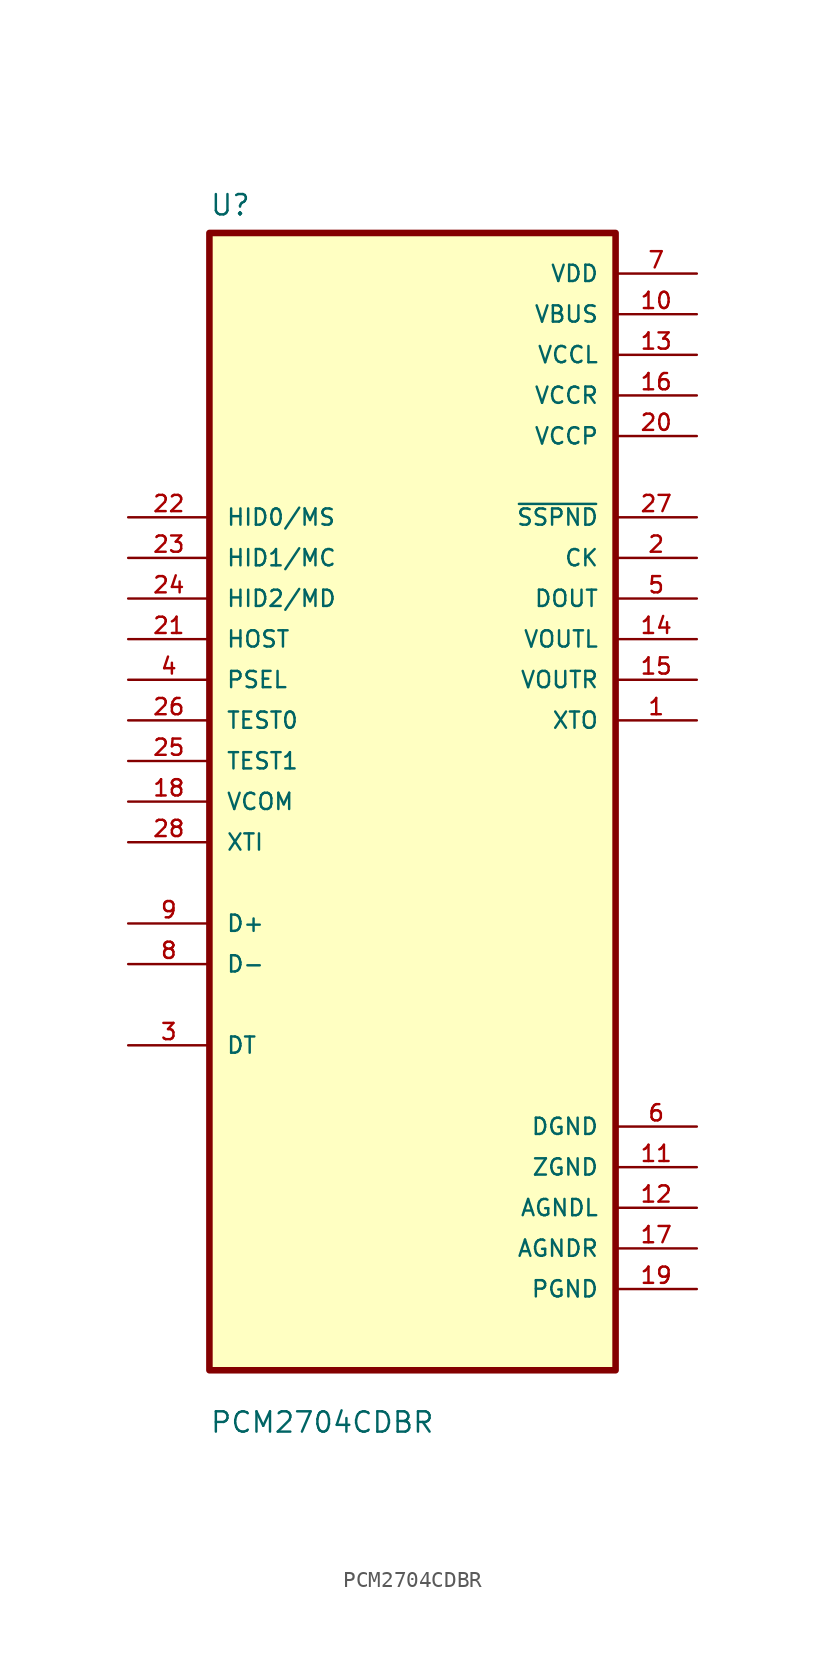
<source format=kicad_sym>
(kicad_symbol_lib
  (version 20231120)
  (generator "kicad_symbol_editor")
  (generator_version "8.0")
  (symbol "PCM2704CDBR"
    (pin_names
      (offset 1.016))
    (property "Reference" "U"
      (at -12.7 36.56 0)
      (effects (font (size 1.27 1.27)) (justify left bottom)))
    (property "Value" "PCM2704CDBR"
      (at -12.7 -39.56 0)
      (effects (font (size 1.27 1.27)) (justify left bottom)))
    (symbol "PCM2704CDBR_0_0"
      (rectangle (start -12.7 -35.56) (end 12.7 35.56) (stroke (width 0.41) (type default)) (fill (type background)))
      (pin output line (at 17.78 5.08 180) (length 5.08) (name "XTO" (effects (font (size 1.016 1.016)))) (number "1" (effects (font (size 1.016 1.016)))))
      (pin power_in line (at 17.78 30.48 180) (length 5.08) (name "VBUS" (effects (font (size 1.016 1.016)))) (number "10" (effects (font (size 1.016 1.016)))))
      (pin power_in line (at 17.78 -22.86 180) (length 5.08) (name "ZGND" (effects (font (size 1.016 1.016)))) (number "11" (effects (font (size 1.016 1.016)))))
      (pin power_in line (at 17.78 -25.4 180) (length 5.08) (name "AGNDL" (effects (font (size 1.016 1.016)))) (number "12" (effects (font (size 1.016 1.016)))))
      (pin power_in line (at 17.78 27.94 180) (length 5.08) (name "VCCL" (effects (font (size 1.016 1.016)))) (number "13" (effects (font (size 1.016 1.016)))))
      (pin output line (at 17.78 10.16 180) (length 5.08) (name "VOUTL" (effects (font (size 1.016 1.016)))) (number "14" (effects (font (size 1.016 1.016)))))
      (pin output line (at 17.78 7.62 180) (length 5.08) (name "VOUTR" (effects (font (size 1.016 1.016)))) (number "15" (effects (font (size 1.016 1.016)))))
      (pin power_in line (at 17.78 25.4 180) (length 5.08) (name "VCCR" (effects (font (size 1.016 1.016)))) (number "16" (effects (font (size 1.016 1.016)))))
      (pin power_in line (at 17.78 -27.94 180) (length 5.08) (name "AGNDR" (effects (font (size 1.016 1.016)))) (number "17" (effects (font (size 1.016 1.016)))))
      (pin input line (at -17.78 0 0) (length 5.08) (name "VCOM" (effects (font (size 1.016 1.016)))) (number "18" (effects (font (size 1.016 1.016)))))
      (pin power_in line (at 17.78 -30.48 180) (length 5.08) (name "PGND" (effects (font (size 1.016 1.016)))) (number "19" (effects (font (size 1.016 1.016)))))
      (pin output line (at 17.78 15.24 180) (length 5.08) (name "CK" (effects (font (size 1.016 1.016)))) (number "2" (effects (font (size 1.016 1.016)))))
      (pin power_in line (at 17.78 22.86 180) (length 5.08) (name "VCCP" (effects (font (size 1.016 1.016)))) (number "20" (effects (font (size 1.016 1.016)))))
      (pin input line (at -17.78 10.16 0) (length 5.08) (name "HOST" (effects (font (size 1.016 1.016)))) (number "21" (effects (font (size 1.016 1.016)))))
      (pin input line (at -17.78 17.78 0) (length 5.08) (name "HID0/MS" (effects (font (size 1.016 1.016)))) (number "22" (effects (font (size 1.016 1.016)))))
      (pin input line (at -17.78 15.24 0) (length 5.08) (name "HID1/MC" (effects (font (size 1.016 1.016)))) (number "23" (effects (font (size 1.016 1.016)))))
      (pin input line (at -17.78 12.7 0) (length 5.08) (name "HID2/MD" (effects (font (size 1.016 1.016)))) (number "24" (effects (font (size 1.016 1.016)))))
      (pin input line (at -17.78 2.54 0) (length 5.08) (name "TEST1" (effects (font (size 1.016 1.016)))) (number "25" (effects (font (size 1.016 1.016)))))
      (pin input line (at -17.78 5.08 0) (length 5.08) (name "TEST0" (effects (font (size 1.016 1.016)))) (number "26" (effects (font (size 1.016 1.016)))))
      (pin output line (at 17.78 17.78 180) (length 5.08) (name "~{SSPND}" (effects (font (size 1.016 1.016)))) (number "27" (effects (font (size 1.016 1.016)))))
      (pin input line (at -17.78 -2.54 0) (length 5.08) (name "XTI" (effects (font (size 1.016 1.016)))) (number "28" (effects (font (size 1.016 1.016)))))
      (pin bidirectional line (at -17.78 -15.24 0) (length 5.08) (name "DT" (effects (font (size 1.016 1.016)))) (number "3" (effects (font (size 1.016 1.016)))))
      (pin input line (at -17.78 7.62 0) (length 5.08) (name "PSEL" (effects (font (size 1.016 1.016)))) (number "4" (effects (font (size 1.016 1.016)))))
      (pin output line (at 17.78 12.7 180) (length 5.08) (name "DOUT" (effects (font (size 1.016 1.016)))) (number "5" (effects (font (size 1.016 1.016)))))
      (pin power_in line (at 17.78 -20.32 180) (length 5.08) (name "DGND" (effects (font (size 1.016 1.016)))) (number "6" (effects (font (size 1.016 1.016)))))
      (pin power_in line (at 17.78 33.02 180) (length 5.08) (name "VDD" (effects (font (size 1.016 1.016)))) (number "7" (effects (font (size 1.016 1.016)))))
      (pin bidirectional line (at -17.78 -10.16 0) (length 5.08) (name "D-" (effects (font (size 1.016 1.016)))) (number "8" (effects (font (size 1.016 1.016)))))
      (pin bidirectional line (at -17.78 -7.62 0) (length 5.08) (name "D+" (effects (font (size 1.016 1.016)))) (number "9" (effects (font (size 1.016 1.016))))))))
</source>
